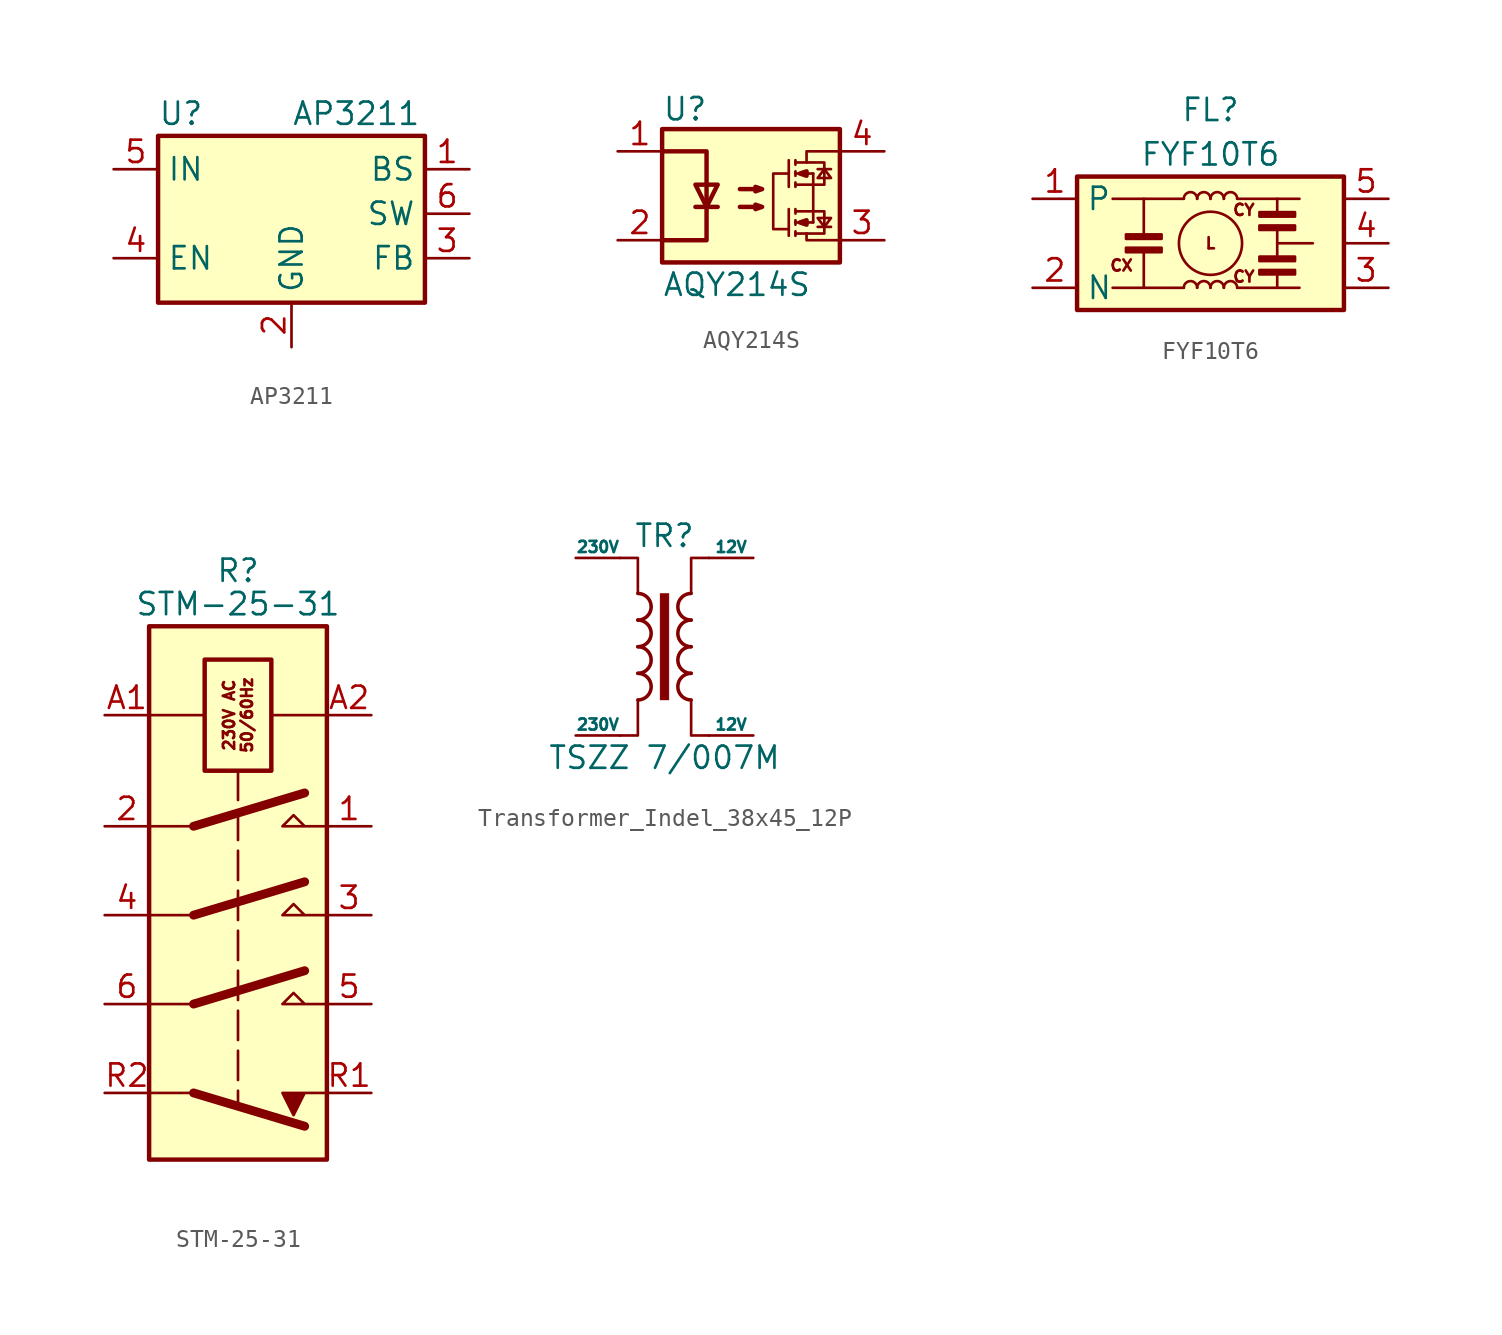
<source format=kicad_sym>
(kicad_symbol_lib
  (version 20220914)
  (generator kicad_symbol_editor)
  (symbol "AP3211"
    (property "Reference" "U"
      (at -7.62 5.715 0)
      (effects (font (size 1.27 1.27)) (justify left)))
    (property "Value" "AP3211"
      (at 0 5.715 0)
      (effects (font (size 1.27 1.27)) (justify left)))
    (symbol "AP3211_0_1"
      (rectangle (start -7.62 4.445) (end 7.62 -5.08) (stroke (width 0.254) (type default)) (fill (type background))))
    (symbol "AP3211_1_1"
      (pin passive line (at 10.16 2.54 180) (length 2.54) (name "BS" (effects (font (size 1.27 1.27)))) (number "1" (effects (font (size 1.27 1.27)))))
      (pin power_in line (at 0 -7.62 90) (length 2.54) (name "GND" (effects (font (size 1.27 1.27)))) (number "2" (effects (font (size 1.27 1.27)))))
      (pin input line (at 10.16 -2.54 180) (length 2.54) (name "FB" (effects (font (size 1.27 1.27)))) (number "3" (effects (font (size 1.27 1.27)))))
      (pin input line (at -10.16 -2.54 0) (length 2.54) (name "EN" (effects (font (size 1.27 1.27)))) (number "4" (effects (font (size 1.27 1.27)))))
      (pin power_in line (at -10.16 2.54 0) (length 2.54) (name "IN" (effects (font (size 1.27 1.27)))) (number "5" (effects (font (size 1.27 1.27)))))
      (pin passive line (at 10.16 0 180) (length 2.54) (name "SW" (effects (font (size 1.27 1.27)))) (number "6" (effects (font (size 1.27 1.27)))))))
  (symbol "AQY214S"
    (pin_names
      (offset 1.016))
    (property "Reference" "U"
      (at -5.08 4.953 0)
      (effects (font (size 1.27 1.27)) (justify left)))
    (property "Value" "AQY214S"
      (at -5.08 -5.08 0)
      (effects (font (size 1.27 1.27)) (justify left)))
    (symbol "AQY214S_0_1"
      (rectangle (start -5.08 3.81) (end 5.08 -3.81) (stroke (width 0.254) (type default)) (fill (type background)))
      (polyline (pts (xy -3.175 -0.635) (xy -1.905 -0.635)) (stroke (width 0.254) (type default)) (fill (type none)))
      (polyline (pts (xy 2.159 -0.762) (xy 2.159 -2.286)) (stroke (width 0) (type default)) (fill (type none)))
      (polyline (pts (xy 2.159 2.032) (xy 2.159 0.508)) (stroke (width 0) (type default)) (fill (type none)))
      (polyline (pts (xy 2.54 -2.159) (xy 3.175 -2.159)) (stroke (width 0) (type default)) (fill (type none)))
      (polyline (pts (xy 2.54 -2.032) (xy 2.54 -2.286)) (stroke (width 0) (type default)) (fill (type none)))
      (polyline (pts (xy 2.54 -1.524) (xy 3.556 -1.524)) (stroke (width 0) (type default)) (fill (type none)))
      (polyline (pts (xy 2.54 -1.397) (xy 2.54 -1.651)) (stroke (width 0) (type default)) (fill (type none)))
      (polyline (pts (xy 2.54 -0.889) (xy 3.556 -0.889)) (stroke (width 0) (type default)) (fill (type none)))
      (polyline (pts (xy 2.54 -0.762) (xy 2.54 -1.016)) (stroke (width 0) (type default)) (fill (type none)))
      (polyline (pts (xy 2.54 0.635) (xy 3.556 0.635)) (stroke (width 0) (type default)) (fill (type none)))
      (polyline (pts (xy 2.54 0.762) (xy 2.54 0.508)) (stroke (width 0) (type default)) (fill (type none)))
      (polyline (pts (xy 2.54 1.27) (xy 3.556 1.27)) (stroke (width 0) (type default)) (fill (type none)))
      (polyline (pts (xy 2.54 1.397) (xy 2.54 1.143)) (stroke (width 0) (type default)) (fill (type none)))
      (polyline (pts (xy 2.54 2.032) (xy 2.54 1.778)) (stroke (width 0) (type default)) (fill (type none)))
      (polyline (pts (xy 3.556 1.27) (xy 3.556 -1.524)) (stroke (width 0) (type default)) (fill (type none)))
      (polyline (pts (xy 3.81 -1.778) (xy 4.572 -1.778)) (stroke (width 0) (type default)) (fill (type none)))
      (polyline (pts (xy 3.81 1.524) (xy 4.572 1.524)) (stroke (width 0) (type default)) (fill (type none)))
      (polyline (pts (xy 5.08 -2.54) (xy 3.175 -2.54) (xy 3.175 -2.159)) (stroke (width 0) (type default)) (fill (type none)))
      (polyline (pts (xy -5.08 -2.54) (xy -2.54 -2.54) (xy -2.54 2.54) (xy -5.08 2.54)) (stroke (width 0.254) (type default)) (fill (type none)))
      (polyline (pts (xy -2.54 -0.635) (xy -3.175 0.635) (xy -1.905 0.635) (xy -2.54 -0.635)) (stroke (width 0.254) (type default)) (fill (type none)))
      (polyline (pts (xy 2.159 1.27) (xy 1.27 1.27) (xy 1.27 -1.905) (xy 2.159 -1.905)) (stroke (width 0) (type default)) (fill (type none)))
      (polyline (pts (xy 2.794 -1.524) (xy 3.175 -1.651) (xy 3.175 -1.397) (xy 2.794 -1.524)) (stroke (width 0.254) (type default)) (fill (type none)))
      (polyline (pts (xy 2.794 1.27) (xy 3.175 1.143) (xy 3.175 1.397) (xy 2.794 1.27)) (stroke (width 0.254) (type default)) (fill (type none)))
      (polyline (pts (xy 3.556 -0.889) (xy 4.191 -0.889) (xy 4.191 -2.159) (xy 3.175 -2.159)) (stroke (width 0) (type default)) (fill (type none)))
      (polyline (pts (xy 3.556 0.635) (xy 4.191 0.635) (xy 4.191 1.905) (xy 3.175 1.905)) (stroke (width 0) (type default)) (fill (type none)))
      (polyline (pts (xy 3.81 -1.27) (xy 4.572 -1.27) (xy 4.191 -1.778) (xy 3.81 -1.27)) (stroke (width 0) (type default)) (fill (type none)))
      (polyline (pts (xy 3.81 1.016) (xy 4.572 1.016) (xy 4.191 1.524) (xy 3.81 1.016)) (stroke (width 0) (type default)) (fill (type none)))
      (polyline (pts (xy 5.08 2.54) (xy 3.175 2.54) (xy 3.175 1.905) (xy 2.54 1.905)) (stroke (width 0) (type default)) (fill (type none)))
      (polyline (pts (xy -0.635 -0.635) (xy 0.635 -0.635) (xy 0.254 -0.762) (xy 0.254 -0.508) (xy 0.635 -0.635)) (stroke (width 0.254) (type default)) (fill (type none)))
      (polyline (pts (xy -0.635 0.381) (xy 0.635 0.381) (xy 0.254 0.254) (xy 0.254 0.508) (xy 0.635 0.381)) (stroke (width 0.254) (type default)) (fill (type none))))
    (symbol "AQY214S_1_1"
      (pin passive line (at -7.62 2.54 0) (length 2.54) (name "~" (effects (font (size 1.27 1.27)))) (number "1" (effects (font (size 1.27 1.27)))))
      (pin passive line (at -7.62 -2.54 0) (length 2.54) (name "~" (effects (font (size 1.27 1.27)))) (number "2" (effects (font (size 1.27 1.27)))))
      (pin passive line (at 7.62 -2.54 180) (length 2.54) (name "~" (effects (font (size 1.27 1.27)))) (number "3" (effects (font (size 1.27 1.27)))))
      (pin passive line (at 7.62 2.54 180) (length 2.54) (name "~" (effects (font (size 1.27 1.27)))) (number "4" (effects (font (size 1.27 1.27)))))))
  (symbol "FYF10T6"
    (property "Reference" "FL"
      (at 0 7.62 0)
      (effects (font (size 1.27 1.27))))
    (property "Value" "FYF10T6"
      (at 0 5.08 0)
      (effects (font (size 1.27 1.27))))
    (symbol "FYF10T6_0_1"
      (rectangle (start -7.62 3.81) (end 7.62 -3.81) (stroke (width 0.254) (type default)) (fill (type background)))
      (rectangle (start -4.826 -0.254) (end -2.794 -0.508) (stroke (width 0) (type default)) (fill (type outline)))
      (rectangle (start -4.826 0.254) (end -2.794 0.508) (stroke (width 0) (type default)) (fill (type outline)))
      (arc (start -0.762 -2.54) (mid -1.143 -2.1606) (end -1.524 -2.54) (stroke (width 0) (type default)) (fill (type none)))
      (arc (start -0.762 2.54) (mid -1.143 2.9194) (end -1.524 2.54) (stroke (width 0) (type default)) (fill (type none)))
      (arc (start 0 -2.54) (mid -0.381 -2.1606) (end -0.762 -2.54) (stroke (width 0) (type default)) (fill (type none)))
      (polyline (pts (xy -3.81 -0.508) (xy -3.81 -2.54)) (stroke (width 0) (type default)) (fill (type none)))
      (polyline (pts (xy -3.81 0.508) (xy -3.81 2.54)) (stroke (width 0) (type default)) (fill (type none)))
      (polyline (pts (xy -1.524 -2.54) (xy -5.588 -2.54)) (stroke (width 0) (type default)) (fill (type none)))
      (polyline (pts (xy -1.524 2.54) (xy -5.588 2.54)) (stroke (width 0) (type default)) (fill (type none)))
      (polyline (pts (xy 1.524 -2.54) (xy 5.08 -2.54)) (stroke (width 0) (type default)) (fill (type none)))
      (polyline (pts (xy 3.81 -1.778) (xy 3.81 -2.54)) (stroke (width 0) (type default)) (fill (type none)))
      (polyline (pts (xy 3.81 0) (xy 5.842 0)) (stroke (width 0) (type default)) (fill (type none)))
      (polyline (pts (xy 3.81 0.762) (xy 3.81 -0.762)) (stroke (width 0) (type default)) (fill (type none)))
      (polyline (pts (xy 3.81 1.778) (xy 3.81 2.54)) (stroke (width 0) (type default)) (fill (type none)))
      (polyline (pts (xy 5.08 2.54) (xy 1.524 2.54)) (stroke (width 0) (type default)) (fill (type none)))
      (circle (center 0 0) (radius 1.803) (stroke (width 0) (type default)) (fill (type none)))
      (arc (start 0 2.54) (mid -0.381 2.9194) (end -0.762 2.54) (stroke (width 0) (type default)) (fill (type none)))
      (arc (start 0.762 -2.54) (mid 0.381 -2.1606) (end 0 -2.54) (stroke (width 0) (type default)) (fill (type none)))
      (arc (start 0.762 2.54) (mid 0.381 2.9194) (end 0 2.54) (stroke (width 0) (type default)) (fill (type none)))
      (arc (start 1.524 -2.54) (mid 1.143 -2.1606) (end 0.762 -2.54) (stroke (width 0) (type default)) (fill (type none)))
      (arc (start 1.524 2.54) (mid 1.143 2.9194) (end 0.762 2.54) (stroke (width 0) (type default)) (fill (type none)))
      (rectangle (start 2.794 -1.524) (end 4.826 -1.778) (stroke (width 0) (type default)) (fill (type outline)))
      (rectangle (start 2.794 -1.016) (end 4.826 -0.762) (stroke (width 0) (type default)) (fill (type outline)))
      (rectangle (start 2.794 1.016) (end 4.826 0.762) (stroke (width 0) (type default)) (fill (type outline)))
      (rectangle (start 2.794 1.778) (end 4.826 1.524) (stroke (width 0) (type default)) (fill (type outline)))
      (text "CX" (at -5.08 -1.27 0) (effects (font (size 0.635 0.635))))
      (text "CY" (at 1.905 -1.905 0) (effects (font (size 0.635 0.635))))
      (text "CY" (at 1.905 1.905 0) (effects (font (size 0.635 0.635))))
      (text "L" (at 0 0 0) (effects (font (size 0.635 0.635)))))
    (symbol "FYF10T6_1_1"
      (pin passive line (at -10.16 2.54 0) (length 2.54) (name "P" (effects (font (size 1.27 1.27)))) (number "1" (effects (font (size 1.27 1.27)))))
      (pin passive line (at -10.16 -2.54 0) (length 2.54) (name "N" (effects (font (size 1.27 1.27)))) (number "2" (effects (font (size 1.27 1.27)))))
      (pin passive line (at 10.16 -2.54 180) (length 2.54) (name "~" (effects (font (size 1.27 1.27)))) (number "3" (effects (font (size 1.27 1.27)))))
      (pin passive line (at 10.16 0 180) (length 2.54) (name "~" (effects (font (size 1.27 1.27)))) (number "4" (effects (font (size 1.27 1.27)))))
      (pin passive line (at 10.16 2.54 180) (length 2.54) (name "~" (effects (font (size 1.27 1.27)))) (number "5" (effects (font (size 1.27 1.27)))))))
  (symbol "STM-25-31"
    (property "Reference" "R"
      (at 1.27 14.605 0)
      (effects (font (size 1.27 1.27))))
    (property "Value" "STM-25-31"
      (at 1.27 12.7 0)
      (effects (font (size 1.27 1.27))))
    (symbol "STM-25-31_0_0"
      (polyline (pts (xy 1.27 3.175) (xy 1.27 -15.875)) (stroke (width 0) (type dash)) (fill (type none)))
      (text "230V AC\n50/60Hz" (at 1.27 6.35 900) (effects (font (size 0.635 0.635)))))
    (symbol "STM-25-31_0_1"
      (rectangle (start -3.81 11.43) (end 6.35 -19.05) (stroke (width 0.254) (type default)) (fill (type background)))
      (polyline (pts (xy -3.81 6.35) (xy -0.635 6.35)) (stroke (width 0) (type default)) (fill (type none)))
      (polyline (pts (xy -1.27 -15.24) (xy -3.81 -15.24)) (stroke (width 0) (type default)) (fill (type none)))
      (polyline (pts (xy -1.27 -15.24) (xy 5.08 -17.145)) (stroke (width 0.508) (type default)) (fill (type none)))
      (polyline (pts (xy -1.27 -10.16) (xy -3.81 -10.16)) (stroke (width 0) (type default)) (fill (type none)))
      (polyline (pts (xy -1.27 -10.16) (xy 5.08 -8.255)) (stroke (width 0.508) (type default)) (fill (type none)))
      (polyline (pts (xy -1.27 -5.08) (xy -3.81 -5.08)) (stroke (width 0) (type default)) (fill (type none)))
      (polyline (pts (xy -1.27 -5.08) (xy 5.08 -3.175)) (stroke (width 0.508) (type default)) (fill (type none)))
      (polyline (pts (xy -1.27 0) (xy -3.81 0)) (stroke (width 0) (type default)) (fill (type none)))
      (polyline (pts (xy -1.27 0) (xy 5.08 1.905)) (stroke (width 0.508) (type default)) (fill (type none)))
      (polyline (pts (xy 6.35 6.35) (xy 3.175 6.35)) (stroke (width 0) (type default)) (fill (type none)))
      (polyline (pts (xy 6.35 -15.24) (xy 3.81 -15.24) (xy 4.445 -16.51) (xy 5.08 -15.24)) (stroke (width 0) (type default)) (fill (type outline)))
      (polyline (pts (xy 6.35 -10.16) (xy 3.81 -10.16) (xy 4.445 -9.525) (xy 5.08 -10.16)) (stroke (width 0) (type default)) (fill (type none)))
      (polyline (pts (xy 6.35 -5.08) (xy 3.81 -5.08) (xy 4.445 -4.445) (xy 5.08 -5.08)) (stroke (width 0) (type default)) (fill (type none)))
      (polyline (pts (xy 6.35 0) (xy 3.81 0) (xy 4.445 0.635) (xy 5.08 0)) (stroke (width 0) (type default)) (fill (type none)))
      (rectangle (start 3.175 9.525) (end -0.635 3.175) (stroke (width 0.254) (type default)) (fill (type none))))
    (symbol "STM-25-31_1_1"
      (pin passive line (at 8.89 0 180) (length 2.54) (name "~" (effects (font (size 1.27 1.27)))) (number "1" (effects (font (size 1.27 1.27)))))
      (pin passive line (at -6.35 0 0) (length 2.54) (name "~" (effects (font (size 1.27 1.27)))) (number "2" (effects (font (size 1.27 1.27)))))
      (pin passive line (at 8.89 -5.08 180) (length 2.54) (name "~" (effects (font (size 1.27 1.27)))) (number "3" (effects (font (size 1.27 1.27)))))
      (pin passive line (at -6.35 -5.08 0) (length 2.54) (name "~" (effects (font (size 1.27 1.27)))) (number "4" (effects (font (size 1.27 1.27)))))
      (pin passive line (at 8.89 -10.16 180) (length 2.54) (name "~" (effects (font (size 1.27 1.27)))) (number "5" (effects (font (size 1.27 1.27)))))
      (pin passive line (at -6.35 -10.16 0) (length 2.54) (name "~" (effects (font (size 1.27 1.27)))) (number "6" (effects (font (size 1.27 1.27)))))
      (pin passive line (at -6.35 6.35 0) (length 2.54) (name "~" (effects (font (size 1.27 1.27)))) (number "A1" (effects (font (size 1.27 1.27)))))
      (pin passive line (at 8.89 6.35 180) (length 2.54) (name "~" (effects (font (size 1.27 1.27)))) (number "A2" (effects (font (size 1.27 1.27)))))
      (pin passive line (at 8.89 -15.24 180) (length 2.54) (name "~" (effects (font (size 1.27 1.27)))) (number "R1" (effects (font (size 1.27 1.27)))))
      (pin passive line (at -6.35 -15.24 0) (length 2.54) (name "~" (effects (font (size 1.27 1.27)))) (number "R2" (effects (font (size 1.27 1.27)))))))
  (symbol "Transformer_Indel_38x45_12P"
    (pin_numbers hide)
    (pin_names
      (offset 0))
    (property "Reference" "TR"
      (at 0 6.35 0)
      (effects (font (size 1.27 1.27))))
    (property "Value" "TSZZ 7/007M"
      (at 0 -6.35 0)
      (effects (font (size 1.27 1.27))))
    (symbol "Transformer_Indel_38x45_12P_0_1"
      (arc (start -1.524 -3.048) (mid -0.7653 -2.286) (end -1.524 -1.524) (stroke (width 0.2032) (type default)) (fill (type none)))
      (arc (start -1.524 -1.524) (mid -0.7653 -0.762) (end -1.524 0) (stroke (width 0.2032) (type default)) (fill (type none)))
      (arc (start -1.524 0) (mid -0.7653 0.762) (end -1.524 1.524) (stroke (width 0.2032) (type default)) (fill (type none)))
      (arc (start -1.524 1.524) (mid -0.7653 2.286) (end -1.524 3.048) (stroke (width 0.2032) (type default)) (fill (type none)))
      (rectangle (start -0.254 3.048) (end 0.254 -3.048) (stroke (width 0.025) (type default)) (fill (type outline)))
      (polyline (pts (xy -2.54 5.08) (xy -1.524 5.08) (xy -1.524 3.048) (xy -1.524 3.048)) (stroke (width 0.152) (type default)) (fill (type none)))
      (polyline (pts (xy -1.524 -3.048) (xy -1.524 -5.08) (xy -2.54 -5.08) (xy -2.54 -5.08)) (stroke (width 0.152) (type default)) (fill (type none)))
      (polyline (pts (xy 1.524 3.048) (xy 1.524 5.08) (xy 2.54 5.08) (xy 2.54 5.08)) (stroke (width 0.152) (type default)) (fill (type none)))
      (polyline (pts (xy 2.54 -5.08) (xy 1.524 -5.08) (xy 1.524 -3.048) (xy 1.524 -3.048)) (stroke (width 0.152) (type default)) (fill (type none)))
      (arc (start 1.524 -1.524) (mid 0.7653 -2.286) (end 1.524 -3.048) (stroke (width 0.2032) (type default)) (fill (type none)))
      (arc (start 1.524 0) (mid 0.7653 -0.762) (end 1.524 -1.524) (stroke (width 0.2032) (type default)) (fill (type none)))
      (arc (start 1.524 1.524) (mid 0.7653 0.762) (end 1.524 0) (stroke (width 0.2032) (type default)) (fill (type none)))
      (arc (start 1.524 3.048) (mid 0.7653 2.286) (end 1.524 1.524) (stroke (width 0.2032) (type default)) (fill (type none))))
    (symbol "Transformer_Indel_38x45_12P_1_1"
      (pin passive line (at -5.08 5.08 0) (length 2.54) (name "230V" (effects (font (size 0.635 0.635)))) (number "1" (effects (font (size 1.27 1.27)))))
      (pin passive line (at -5.08 -5.08 0) (length 2.54) (name "230V" (effects (font (size 0.635 0.635)))) (number "5" (effects (font (size 1.27 1.27)))))
      (pin passive line (at 5.08 -5.08 180) (length 2.54) (name "12V" (effects (font (size 0.635 0.635)))) (number "7" (effects (font (size 1.27 1.27)))))
      (pin passive line (at 5.08 5.08 180) (length 2.54) (name "12V" (effects (font (size 0.635 0.635)))) (number "9" (effects (font (size 1.27 1.27))))))))
</source>
